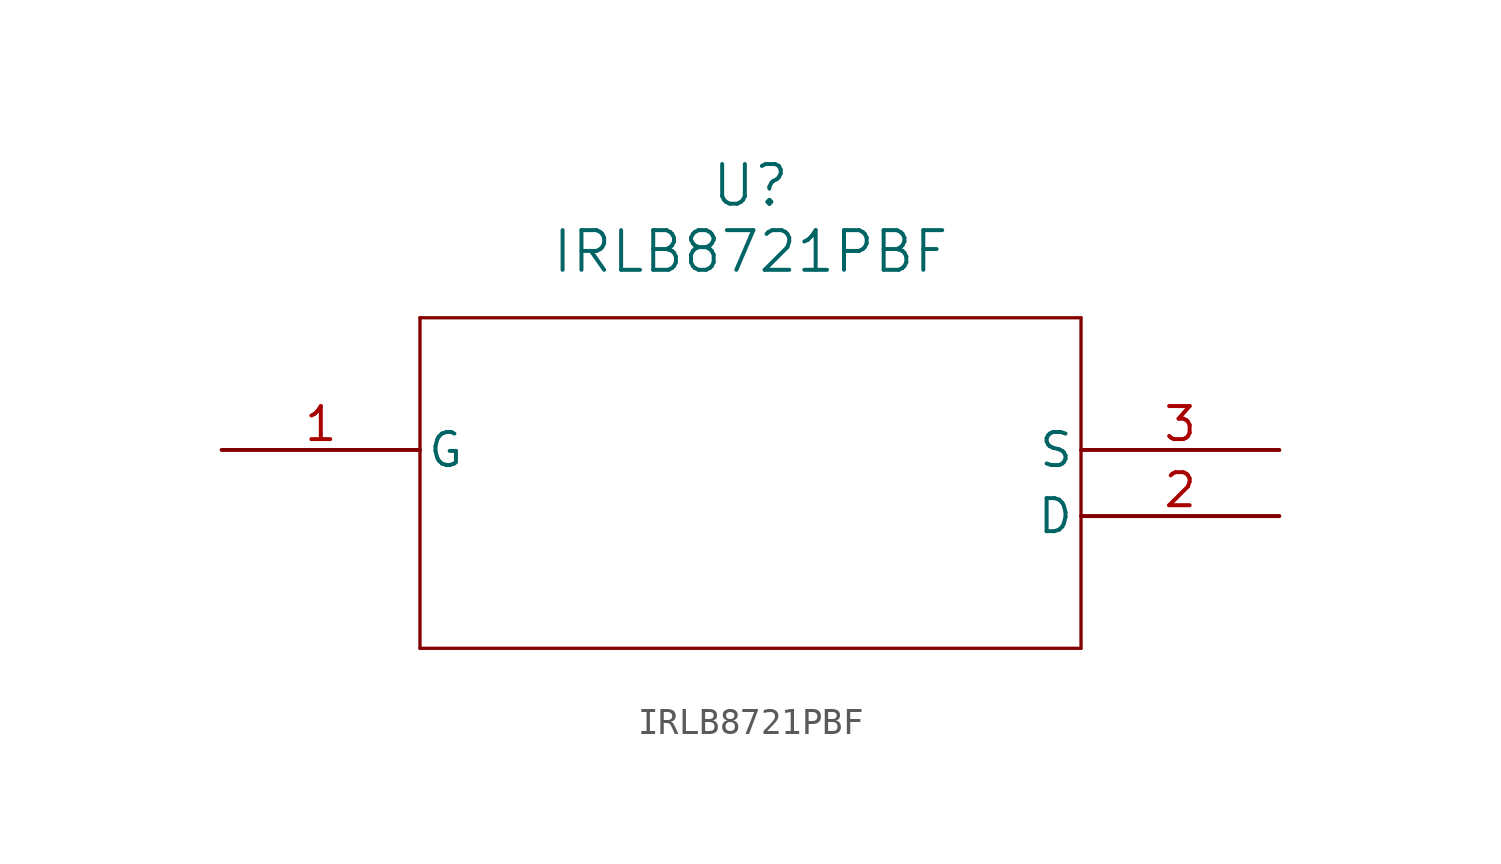
<source format=kicad_sym>
(kicad_symbol_lib
  (version 20211014)
  (generator kicad_symbol_editor)
  (symbol "IRLB8721PBF"
    (pin_names
      (offset 0.254))
    (property "Reference" "U"
      (at 20.32 10.16 0)
      (effects (font (size 1.524 1.524))))
    (property "Value" "IRLB8721PBF"
      (at 20.32 7.62 0)
      (effects (font (size 1.524 1.524))))
    (symbol "IRLB8721PBF_0_1"
      (polyline (pts (xy 7.62 5.08) (xy 7.62 -7.62)) (stroke (width 0.127) (type default) (color 0 0 0 0)) (fill (type none)))
      (polyline (pts (xy 7.62 -7.62) (xy 33.02 -7.62)) (stroke (width 0.127) (type default) (color 0 0 0 0)) (fill (type none)))
      (polyline (pts (xy 33.02 -7.62) (xy 33.02 5.08)) (stroke (width 0.127) (type default) (color 0 0 0 0)) (fill (type none)))
      (polyline (pts (xy 33.02 5.08) (xy 7.62 5.08)) (stroke (width 0.127) (type default) (color 0 0 0 0)) (fill (type none)))
      (pin unspecified line (at 0 0 0) (length 7.62) (name "G" (effects (font (size 1.27 1.27)))) (number "1" (effects (font (size 1.27 1.27)))))
      (pin unspecified line (at 40.64 -2.54 180) (length 7.62) (name "D" (effects (font (size 1.27 1.27)))) (number "2" (effects (font (size 1.27 1.27)))))
      (pin unspecified line (at 40.64 0 180) (length 7.62) (name "S" (effects (font (size 1.27 1.27)))) (number "3" (effects (font (size 1.27 1.27))))))))
</source>
